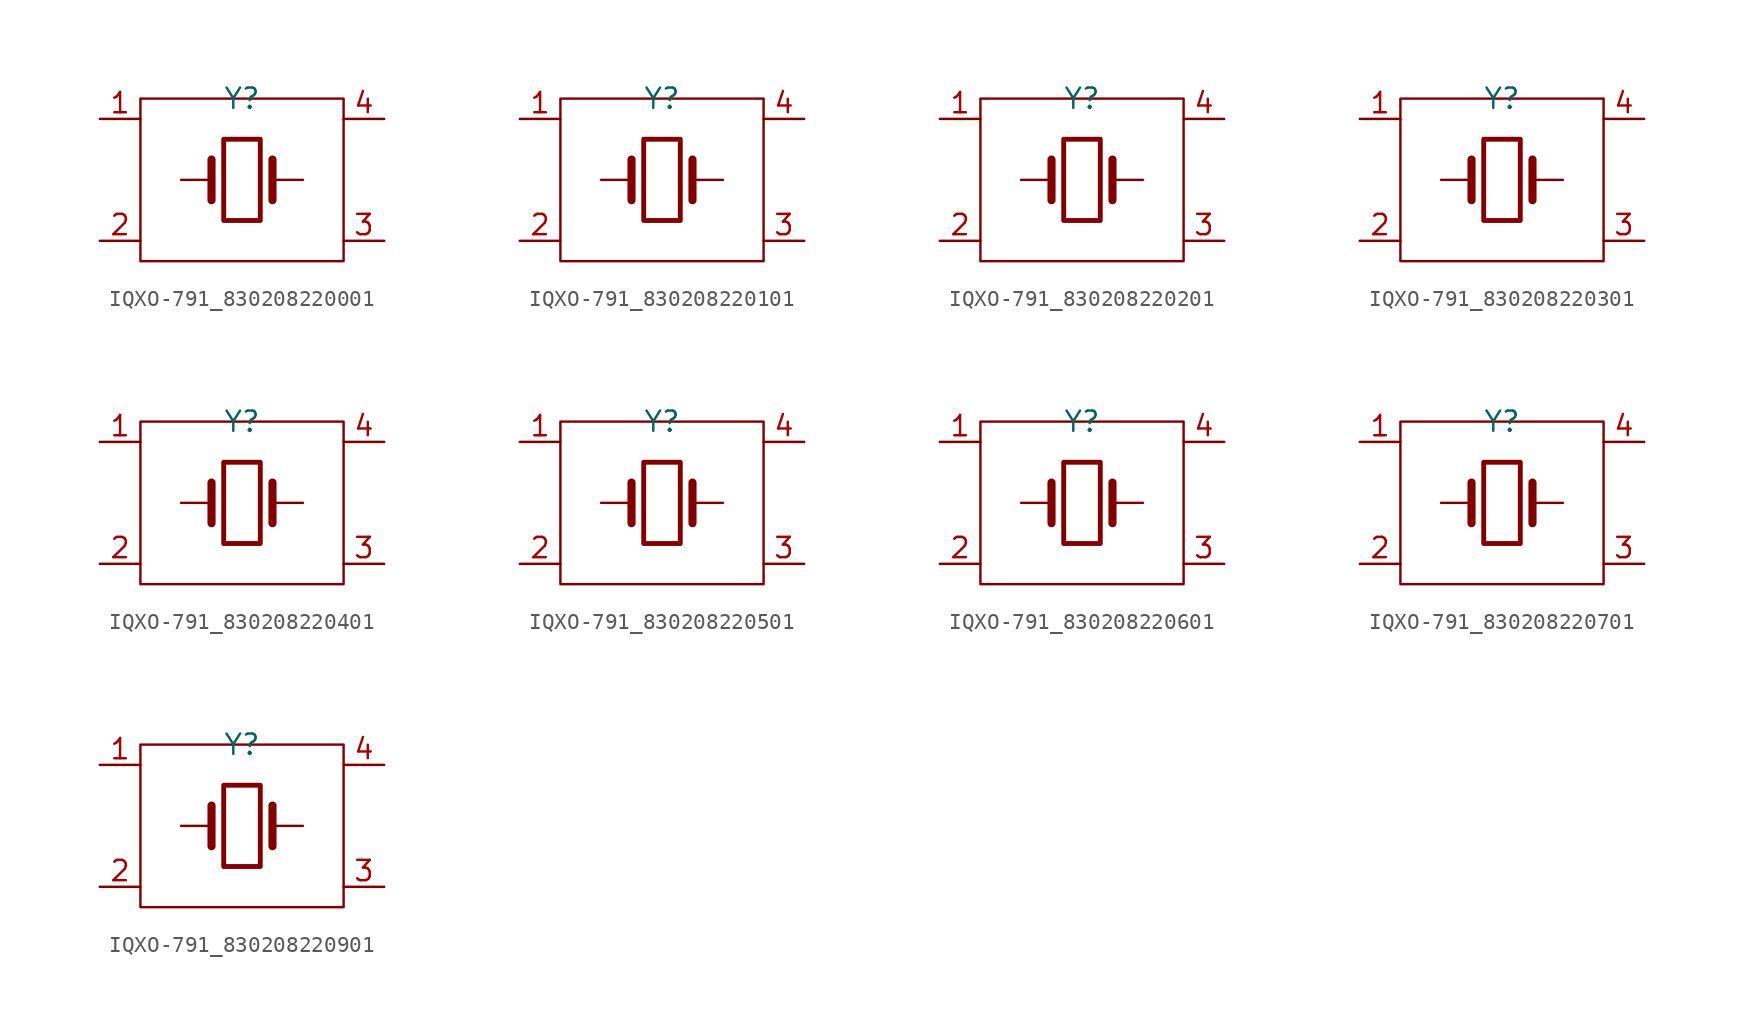
<source format=kicad_sym>
(kicad_symbol_lib
  (version 20220914)
  (generator kicad_symbol_editor)
  (symbol "IQXO-791_830208220001"
    (pin_names hide)
    (property "Reference" "Y"
      (at 0 5.08 0)
      (effects (font (size 1.27 1.27))))
    (property "Critical Parameter" ""
      (at 0 -5.08 0)
      (effects (font (size 1.27 1.27)) (justify left)))
    (symbol "IQXO-791_830208220001_0_1"
      (rectangle (start -6.35 5.08) (end 6.35 -5.08) (stroke (width 0) (type default)) (fill (type none)))
      (rectangle (start -1.143 2.54) (end 1.143 -2.54) (stroke (width 0.305) (type default)) (fill (type none)))
      (polyline (pts (xy -3.81 0) (xy -1.905 0)) (stroke (width 0) (type default)) (fill (type none)))
      (polyline (pts (xy -1.905 -1.27) (xy -1.905 1.27)) (stroke (width 0.508) (type default)) (fill (type none)))
      (polyline (pts (xy 1.905 -1.27) (xy 1.905 1.27)) (stroke (width 0.508) (type default)) (fill (type none)))
      (polyline (pts (xy 3.81 0) (xy 1.905 0)) (stroke (width 0) (type default)) (fill (type none))))
    (symbol "IQXO-791_830208220001_1_1"
      (pin passive line (at -8.89 3.81 0) (length 2.54) (name "E/D" (effects (font (size 1.27 1.27)))) (number "1" (effects (font (size 1.27 1.27)))))
      (pin passive line (at -8.89 -3.81 0) (length 2.54) (name "GND" (effects (font (size 1.27 1.27)))) (number "2" (effects (font (size 1.27 1.27)))))
      (pin passive line (at 8.89 -3.81 180) (length 2.54) (name "OUT" (effects (font (size 1.27 1.27)))) (number "3" (effects (font (size 1.27 1.27)))))
      (pin passive line (at 8.89 3.81 180) (length 2.54) (name "+VS" (effects (font (size 1.27 1.27)))) (number "4" (effects (font (size 1.27 1.27)))))))
  (symbol "IQXO-791_830208220101"
    (pin_names hide)
    (property "Reference" "Y"
      (at 0 5.08 0)
      (effects (font (size 1.27 1.27))))
    (property "Critical Parameter" ""
      (at 0 -5.08 0)
      (effects (font (size 1.27 1.27)) (justify left)))
    (symbol "IQXO-791_830208220101_0_1"
      (rectangle (start -6.35 5.08) (end 6.35 -5.08) (stroke (width 0) (type default)) (fill (type none)))
      (rectangle (start -1.143 2.54) (end 1.143 -2.54) (stroke (width 0.305) (type default)) (fill (type none)))
      (polyline (pts (xy -3.81 0) (xy -1.905 0)) (stroke (width 0) (type default)) (fill (type none)))
      (polyline (pts (xy -1.905 -1.27) (xy -1.905 1.27)) (stroke (width 0.508) (type default)) (fill (type none)))
      (polyline (pts (xy 1.905 -1.27) (xy 1.905 1.27)) (stroke (width 0.508) (type default)) (fill (type none)))
      (polyline (pts (xy 3.81 0) (xy 1.905 0)) (stroke (width 0) (type default)) (fill (type none))))
    (symbol "IQXO-791_830208220101_1_1"
      (pin passive line (at -8.89 3.81 0) (length 2.54) (name "E/D" (effects (font (size 1.27 1.27)))) (number "1" (effects (font (size 1.27 1.27)))))
      (pin passive line (at -8.89 -3.81 0) (length 2.54) (name "GND" (effects (font (size 1.27 1.27)))) (number "2" (effects (font (size 1.27 1.27)))))
      (pin passive line (at 8.89 -3.81 180) (length 2.54) (name "OUT" (effects (font (size 1.27 1.27)))) (number "3" (effects (font (size 1.27 1.27)))))
      (pin passive line (at 8.89 3.81 180) (length 2.54) (name "+VS" (effects (font (size 1.27 1.27)))) (number "4" (effects (font (size 1.27 1.27)))))))
  (symbol "IQXO-791_830208220201"
    (pin_names hide)
    (property "Reference" "Y"
      (at 0 5.08 0)
      (effects (font (size 1.27 1.27))))
    (property "Critical Parameter" ""
      (at 0 -5.08 0)
      (effects (font (size 1.27 1.27)) (justify left)))
    (symbol "IQXO-791_830208220201_0_1"
      (rectangle (start -6.35 5.08) (end 6.35 -5.08) (stroke (width 0) (type default)) (fill (type none)))
      (rectangle (start -1.143 2.54) (end 1.143 -2.54) (stroke (width 0.305) (type default)) (fill (type none)))
      (polyline (pts (xy -3.81 0) (xy -1.905 0)) (stroke (width 0) (type default)) (fill (type none)))
      (polyline (pts (xy -1.905 -1.27) (xy -1.905 1.27)) (stroke (width 0.508) (type default)) (fill (type none)))
      (polyline (pts (xy 1.905 -1.27) (xy 1.905 1.27)) (stroke (width 0.508) (type default)) (fill (type none)))
      (polyline (pts (xy 3.81 0) (xy 1.905 0)) (stroke (width 0) (type default)) (fill (type none))))
    (symbol "IQXO-791_830208220201_1_1"
      (pin passive line (at -8.89 3.81 0) (length 2.54) (name "E/D" (effects (font (size 1.27 1.27)))) (number "1" (effects (font (size 1.27 1.27)))))
      (pin passive line (at -8.89 -3.81 0) (length 2.54) (name "GND" (effects (font (size 1.27 1.27)))) (number "2" (effects (font (size 1.27 1.27)))))
      (pin passive line (at 8.89 -3.81 180) (length 2.54) (name "OUT" (effects (font (size 1.27 1.27)))) (number "3" (effects (font (size 1.27 1.27)))))
      (pin passive line (at 8.89 3.81 180) (length 2.54) (name "+VS" (effects (font (size 1.27 1.27)))) (number "4" (effects (font (size 1.27 1.27)))))))
  (symbol "IQXO-791_830208220301"
    (pin_names hide)
    (property "Reference" "Y"
      (at 0 5.08 0)
      (effects (font (size 1.27 1.27))))
    (property "Critical Parameter" ""
      (at 0 -5.08 0)
      (effects (font (size 1.27 1.27)) (justify left)))
    (symbol "IQXO-791_830208220301_0_1"
      (rectangle (start -6.35 5.08) (end 6.35 -5.08) (stroke (width 0) (type default)) (fill (type none)))
      (rectangle (start -1.143 2.54) (end 1.143 -2.54) (stroke (width 0.305) (type default)) (fill (type none)))
      (polyline (pts (xy -3.81 0) (xy -1.905 0)) (stroke (width 0) (type default)) (fill (type none)))
      (polyline (pts (xy -1.905 -1.27) (xy -1.905 1.27)) (stroke (width 0.508) (type default)) (fill (type none)))
      (polyline (pts (xy 1.905 -1.27) (xy 1.905 1.27)) (stroke (width 0.508) (type default)) (fill (type none)))
      (polyline (pts (xy 3.81 0) (xy 1.905 0)) (stroke (width 0) (type default)) (fill (type none))))
    (symbol "IQXO-791_830208220301_1_1"
      (pin passive line (at -8.89 3.81 0) (length 2.54) (name "E/D" (effects (font (size 1.27 1.27)))) (number "1" (effects (font (size 1.27 1.27)))))
      (pin passive line (at -8.89 -3.81 0) (length 2.54) (name "GND" (effects (font (size 1.27 1.27)))) (number "2" (effects (font (size 1.27 1.27)))))
      (pin passive line (at 8.89 -3.81 180) (length 2.54) (name "OUT" (effects (font (size 1.27 1.27)))) (number "3" (effects (font (size 1.27 1.27)))))
      (pin passive line (at 8.89 3.81 180) (length 2.54) (name "+VS" (effects (font (size 1.27 1.27)))) (number "4" (effects (font (size 1.27 1.27)))))))
  (symbol "IQXO-791_830208220401"
    (pin_names hide)
    (property "Reference" "Y"
      (at 0 5.08 0)
      (effects (font (size 1.27 1.27))))
    (property "Critical Parameter" ""
      (at 0 -5.08 0)
      (effects (font (size 1.27 1.27)) (justify left)))
    (symbol "IQXO-791_830208220401_0_1"
      (rectangle (start -6.35 5.08) (end 6.35 -5.08) (stroke (width 0) (type default)) (fill (type none)))
      (rectangle (start -1.143 2.54) (end 1.143 -2.54) (stroke (width 0.305) (type default)) (fill (type none)))
      (polyline (pts (xy -3.81 0) (xy -1.905 0)) (stroke (width 0) (type default)) (fill (type none)))
      (polyline (pts (xy -1.905 -1.27) (xy -1.905 1.27)) (stroke (width 0.508) (type default)) (fill (type none)))
      (polyline (pts (xy 1.905 -1.27) (xy 1.905 1.27)) (stroke (width 0.508) (type default)) (fill (type none)))
      (polyline (pts (xy 3.81 0) (xy 1.905 0)) (stroke (width 0) (type default)) (fill (type none))))
    (symbol "IQXO-791_830208220401_1_1"
      (pin passive line (at -8.89 3.81 0) (length 2.54) (name "E/D" (effects (font (size 1.27 1.27)))) (number "1" (effects (font (size 1.27 1.27)))))
      (pin passive line (at -8.89 -3.81 0) (length 2.54) (name "GND" (effects (font (size 1.27 1.27)))) (number "2" (effects (font (size 1.27 1.27)))))
      (pin passive line (at 8.89 -3.81 180) (length 2.54) (name "OUT" (effects (font (size 1.27 1.27)))) (number "3" (effects (font (size 1.27 1.27)))))
      (pin passive line (at 8.89 3.81 180) (length 2.54) (name "+VS" (effects (font (size 1.27 1.27)))) (number "4" (effects (font (size 1.27 1.27)))))))
  (symbol "IQXO-791_830208220501"
    (pin_names hide)
    (property "Reference" "Y"
      (at 0 5.08 0)
      (effects (font (size 1.27 1.27))))
    (property "Critical Parameter" ""
      (at 0 -5.08 0)
      (effects (font (size 1.27 1.27)) (justify left)))
    (symbol "IQXO-791_830208220501_0_1"
      (rectangle (start -6.35 5.08) (end 6.35 -5.08) (stroke (width 0) (type default)) (fill (type none)))
      (rectangle (start -1.143 2.54) (end 1.143 -2.54) (stroke (width 0.305) (type default)) (fill (type none)))
      (polyline (pts (xy -3.81 0) (xy -1.905 0)) (stroke (width 0) (type default)) (fill (type none)))
      (polyline (pts (xy -1.905 -1.27) (xy -1.905 1.27)) (stroke (width 0.508) (type default)) (fill (type none)))
      (polyline (pts (xy 1.905 -1.27) (xy 1.905 1.27)) (stroke (width 0.508) (type default)) (fill (type none)))
      (polyline (pts (xy 3.81 0) (xy 1.905 0)) (stroke (width 0) (type default)) (fill (type none))))
    (symbol "IQXO-791_830208220501_1_1"
      (pin passive line (at -8.89 3.81 0) (length 2.54) (name "E/D" (effects (font (size 1.27 1.27)))) (number "1" (effects (font (size 1.27 1.27)))))
      (pin passive line (at -8.89 -3.81 0) (length 2.54) (name "GND" (effects (font (size 1.27 1.27)))) (number "2" (effects (font (size 1.27 1.27)))))
      (pin passive line (at 8.89 -3.81 180) (length 2.54) (name "OUT" (effects (font (size 1.27 1.27)))) (number "3" (effects (font (size 1.27 1.27)))))
      (pin passive line (at 8.89 3.81 180) (length 2.54) (name "+VS" (effects (font (size 1.27 1.27)))) (number "4" (effects (font (size 1.27 1.27)))))))
  (symbol "IQXO-791_830208220601"
    (pin_names hide)
    (property "Reference" "Y"
      (at 0 5.08 0)
      (effects (font (size 1.27 1.27))))
    (property "Critical Parameter" ""
      (at 0 -5.08 0)
      (effects (font (size 1.27 1.27)) (justify left)))
    (symbol "IQXO-791_830208220601_0_1"
      (rectangle (start -6.35 5.08) (end 6.35 -5.08) (stroke (width 0) (type default)) (fill (type none)))
      (rectangle (start -1.143 2.54) (end 1.143 -2.54) (stroke (width 0.305) (type default)) (fill (type none)))
      (polyline (pts (xy -3.81 0) (xy -1.905 0)) (stroke (width 0) (type default)) (fill (type none)))
      (polyline (pts (xy -1.905 -1.27) (xy -1.905 1.27)) (stroke (width 0.508) (type default)) (fill (type none)))
      (polyline (pts (xy 1.905 -1.27) (xy 1.905 1.27)) (stroke (width 0.508) (type default)) (fill (type none)))
      (polyline (pts (xy 3.81 0) (xy 1.905 0)) (stroke (width 0) (type default)) (fill (type none))))
    (symbol "IQXO-791_830208220601_1_1"
      (pin passive line (at -8.89 3.81 0) (length 2.54) (name "E/D" (effects (font (size 1.27 1.27)))) (number "1" (effects (font (size 1.27 1.27)))))
      (pin passive line (at -8.89 -3.81 0) (length 2.54) (name "GND" (effects (font (size 1.27 1.27)))) (number "2" (effects (font (size 1.27 1.27)))))
      (pin passive line (at 8.89 -3.81 180) (length 2.54) (name "OUT" (effects (font (size 1.27 1.27)))) (number "3" (effects (font (size 1.27 1.27)))))
      (pin passive line (at 8.89 3.81 180) (length 2.54) (name "+VS" (effects (font (size 1.27 1.27)))) (number "4" (effects (font (size 1.27 1.27)))))))
  (symbol "IQXO-791_830208220701"
    (pin_names hide)
    (property "Reference" "Y"
      (at 0 5.08 0)
      (effects (font (size 1.27 1.27))))
    (property "Critical Parameter" ""
      (at 0 -5.08 0)
      (effects (font (size 1.27 1.27)) (justify left)))
    (symbol "IQXO-791_830208220701_0_1"
      (rectangle (start -6.35 5.08) (end 6.35 -5.08) (stroke (width 0) (type default)) (fill (type none)))
      (rectangle (start -1.143 2.54) (end 1.143 -2.54) (stroke (width 0.305) (type default)) (fill (type none)))
      (polyline (pts (xy -3.81 0) (xy -1.905 0)) (stroke (width 0) (type default)) (fill (type none)))
      (polyline (pts (xy -1.905 -1.27) (xy -1.905 1.27)) (stroke (width 0.508) (type default)) (fill (type none)))
      (polyline (pts (xy 1.905 -1.27) (xy 1.905 1.27)) (stroke (width 0.508) (type default)) (fill (type none)))
      (polyline (pts (xy 3.81 0) (xy 1.905 0)) (stroke (width 0) (type default)) (fill (type none))))
    (symbol "IQXO-791_830208220701_1_1"
      (pin passive line (at -8.89 3.81 0) (length 2.54) (name "E/D" (effects (font (size 1.27 1.27)))) (number "1" (effects (font (size 1.27 1.27)))))
      (pin passive line (at -8.89 -3.81 0) (length 2.54) (name "GND" (effects (font (size 1.27 1.27)))) (number "2" (effects (font (size 1.27 1.27)))))
      (pin passive line (at 8.89 -3.81 180) (length 2.54) (name "OUT" (effects (font (size 1.27 1.27)))) (number "3" (effects (font (size 1.27 1.27)))))
      (pin passive line (at 8.89 3.81 180) (length 2.54) (name "+VS" (effects (font (size 1.27 1.27)))) (number "4" (effects (font (size 1.27 1.27)))))))
  (symbol "IQXO-791_830208220901"
    (pin_names hide)
    (property "Reference" "Y"
      (at 0 5.08 0)
      (effects (font (size 1.27 1.27))))
    (property "Critical Parameter" ""
      (at 0 -5.08 0)
      (effects (font (size 1.27 1.27)) (justify left)))
    (symbol "IQXO-791_830208220901_0_1"
      (rectangle (start -6.35 5.08) (end 6.35 -5.08) (stroke (width 0) (type default)) (fill (type none)))
      (rectangle (start -1.143 2.54) (end 1.143 -2.54) (stroke (width 0.305) (type default)) (fill (type none)))
      (polyline (pts (xy -3.81 0) (xy -1.905 0)) (stroke (width 0) (type default)) (fill (type none)))
      (polyline (pts (xy -1.905 -1.27) (xy -1.905 1.27)) (stroke (width 0.508) (type default)) (fill (type none)))
      (polyline (pts (xy 1.905 -1.27) (xy 1.905 1.27)) (stroke (width 0.508) (type default)) (fill (type none)))
      (polyline (pts (xy 3.81 0) (xy 1.905 0)) (stroke (width 0) (type default)) (fill (type none))))
    (symbol "IQXO-791_830208220901_1_1"
      (pin passive line (at -8.89 3.81 0) (length 2.54) (name "E/D" (effects (font (size 1.27 1.27)))) (number "1" (effects (font (size 1.27 1.27)))))
      (pin passive line (at -8.89 -3.81 0) (length 2.54) (name "GND" (effects (font (size 1.27 1.27)))) (number "2" (effects (font (size 1.27 1.27)))))
      (pin passive line (at 8.89 -3.81 180) (length 2.54) (name "OUT" (effects (font (size 1.27 1.27)))) (number "3" (effects (font (size 1.27 1.27)))))
      (pin passive line (at 8.89 3.81 180) (length 2.54) (name "+VS" (effects (font (size 1.27 1.27)))) (number "4" (effects (font (size 1.27 1.27))))))))
</source>
